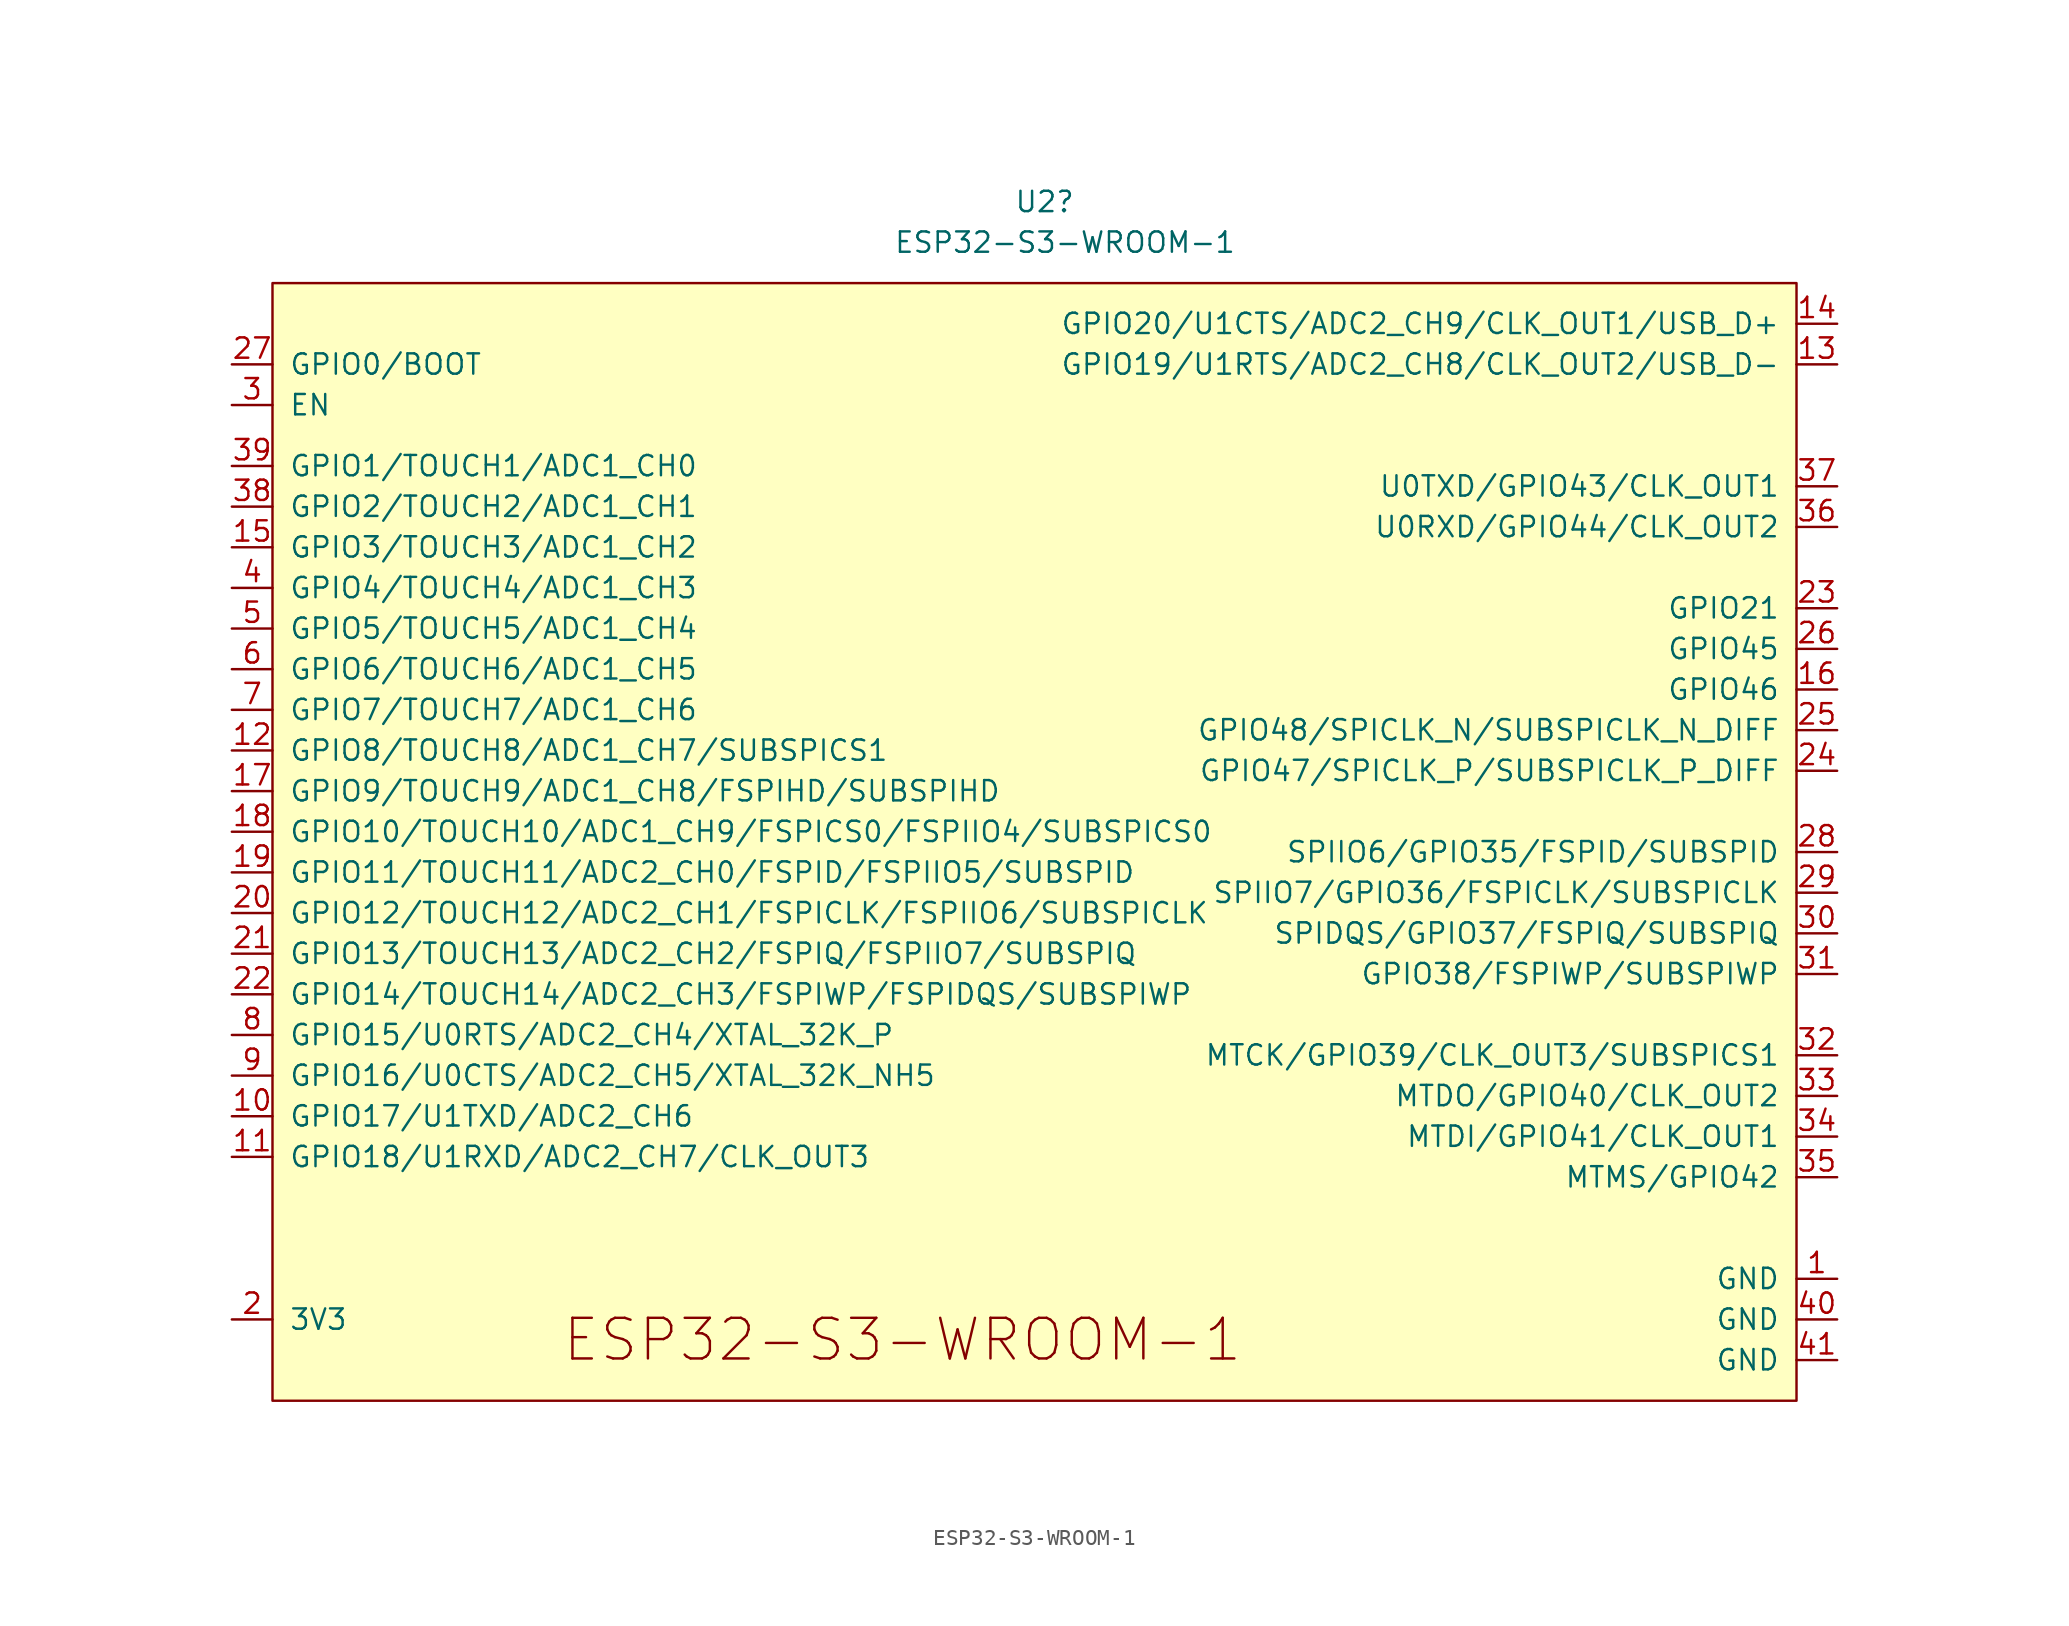
<source format=kicad_sym>
(kicad_symbol_lib
  (version 20220914)
  (generator kicad_symbol_editor)
  (symbol "ESP32-S3-WROOM-1"
    (pin_names
      (offset 1.016))
    (property "Reference" "U2"
      (at 8.89 39.37 0)
      (effects (font (size 1.27 1.27))))
    (property "Value" "ESP32-S3-WROOM-1"
      (at 10.16 36.83 0)
      (effects (font (size 1.27 1.27))))
    (symbol "ESP32-S3-WROOM-1_0_0"
      (rectangle (start -39.37 34.29) (end 55.88 -35.56) (stroke (width 0) (type default)) (fill (type background)))
      (text "ESP32-S3-WROOM-1" (at 0 -31.75 0) (effects (font (size 2.54 2.54))))
      (pin power_in line (at 58.42 -27.94 180) (length 2.54) (name "GND" (effects (font (size 1.27 1.27)))) (number "1" (effects (font (size 1.27 1.27)))))
      (pin bidirectional line (at -41.91 -17.78 0) (length 2.54) (name "GPIO17/U1TXD/ADC2_CH6" (effects (font (size 1.27 1.27)))) (number "10" (effects (font (size 1.27 1.27)))))
      (pin bidirectional line (at -41.91 -20.32 0) (length 2.54) (name "GPIO18/U1RXD/ADC2_CH7/CLK_OUT3" (effects (font (size 1.27 1.27)))) (number "11" (effects (font (size 1.27 1.27)))))
      (pin bidirectional line (at -41.91 5.08 0) (length 2.54) (name "GPIO8/TOUCH8/ADC1_CH7/SUBSPICS1" (effects (font (size 1.27 1.27)))) (number "12" (effects (font (size 1.27 1.27)))))
      (pin bidirectional line (at 58.42 29.21 180) (length 2.54) (name "GPIO19/U1RTS/ADC2_CH8/CLK_OUT2/USB_D-" (effects (font (size 1.27 1.27)))) (number "13" (effects (font (size 1.27 1.27)))))
      (pin bidirectional line (at 58.42 31.75 180) (length 2.54) (name "GPIO20/U1CTS/ADC2_CH9/CLK_OUT1/USB_D+" (effects (font (size 1.27 1.27)))) (number "14" (effects (font (size 1.27 1.27)))))
      (pin bidirectional line (at -41.91 17.78 0) (length 2.54) (name "GPIO3/TOUCH3/ADC1_CH2" (effects (font (size 1.27 1.27)))) (number "15" (effects (font (size 1.27 1.27)))))
      (pin bidirectional line (at 58.42 8.89 180) (length 2.54) (name "GPIO46" (effects (font (size 1.27 1.27)))) (number "16" (effects (font (size 1.27 1.27)))))
      (pin bidirectional line (at -41.91 2.54 0) (length 2.54) (name "GPIO9/TOUCH9/ADC1_CH8/FSPIHD/SUBSPIHD" (effects (font (size 1.27 1.27)))) (number "17" (effects (font (size 1.27 1.27)))))
      (pin bidirectional line (at -41.91 0 0) (length 2.54) (name "GPIO10/TOUCH10/ADC1_CH9/FSPICS0/FSPIIO4/SUBSPICS0" (effects (font (size 1.27 1.27)))) (number "18" (effects (font (size 1.27 1.27)))))
      (pin bidirectional line (at -41.91 -2.54 0) (length 2.54) (name "GPIO11/TOUCH11/ADC2_CH0/FSPID/FSPIIO5/SUBSPID" (effects (font (size 1.27 1.27)))) (number "19" (effects (font (size 1.27 1.27)))))
      (pin power_in line (at -41.91 -30.48 0) (length 2.54) (name "3V3" (effects (font (size 1.27 1.27)))) (number "2" (effects (font (size 1.27 1.27)))))
      (pin bidirectional line (at -41.91 -5.08 0) (length 2.54) (name "GPIO12/TOUCH12/ADC2_CH1/FSPICLK/FSPIIO6/SUBSPICLK" (effects (font (size 1.27 1.27)))) (number "20" (effects (font (size 1.27 1.27)))))
      (pin bidirectional line (at -41.91 -7.62 0) (length 2.54) (name "GPIO13/TOUCH13/ADC2_CH2/FSPIQ/FSPIIO7/SUBSPIQ" (effects (font (size 1.27 1.27)))) (number "21" (effects (font (size 1.27 1.27)))))
      (pin bidirectional line (at -41.91 -10.16 0) (length 2.54) (name "GPIO14/TOUCH14/ADC2_CH3/FSPIWP/FSPIDQS/SUBSPIWP" (effects (font (size 1.27 1.27)))) (number "22" (effects (font (size 1.27 1.27)))))
      (pin bidirectional line (at 58.42 13.97 180) (length 2.54) (name "GPIO21" (effects (font (size 1.27 1.27)))) (number "23" (effects (font (size 1.27 1.27)))))
      (pin bidirectional line (at 58.42 3.81 180) (length 2.54) (name "GPIO47/SPICLK_P/SUBSPICLK_P_DIFF" (effects (font (size 1.27 1.27)))) (number "24" (effects (font (size 1.27 1.27)))))
      (pin bidirectional line (at 58.42 6.35 180) (length 2.54) (name "GPIO48/SPICLK_N/SUBSPICLK_N_DIFF" (effects (font (size 1.27 1.27)))) (number "25" (effects (font (size 1.27 1.27)))))
      (pin bidirectional line (at 58.42 11.43 180) (length 2.54) (name "GPIO45" (effects (font (size 1.27 1.27)))) (number "26" (effects (font (size 1.27 1.27)))))
      (pin bidirectional line (at -41.91 29.21 0) (length 2.54) (name "GPIO0/BOOT" (effects (font (size 1.27 1.27)))) (number "27" (effects (font (size 1.27 1.27)))))
      (pin bidirectional line (at 58.42 -1.27 180) (length 2.54) (name "SPIIO6/GPIO35/FSPID/SUBSPID" (effects (font (size 1.27 1.27)))) (number "28" (effects (font (size 1.27 1.27)))))
      (pin bidirectional line (at 58.42 -3.81 180) (length 2.54) (name "SPIIO7/GPIO36/FSPICLK/SUBSPICLK" (effects (font (size 1.27 1.27)))) (number "29" (effects (font (size 1.27 1.27)))))
      (pin input line (at -41.91 26.67 0) (length 2.54) (name "EN" (effects (font (size 1.27 1.27)))) (number "3" (effects (font (size 1.27 1.27)))))
      (pin bidirectional line (at 58.42 -6.35 180) (length 2.54) (name "SPIDQS/GPIO37/FSPIQ/SUBSPIQ" (effects (font (size 1.27 1.27)))) (number "30" (effects (font (size 1.27 1.27)))))
      (pin bidirectional line (at 58.42 -8.89 180) (length 2.54) (name "GPIO38/FSPIWP/SUBSPIWP" (effects (font (size 1.27 1.27)))) (number "31" (effects (font (size 1.27 1.27)))))
      (pin bidirectional line (at 58.42 -13.97 180) (length 2.54) (name "MTCK/GPIO39/CLK_OUT3/SUBSPICS1" (effects (font (size 1.27 1.27)))) (number "32" (effects (font (size 1.27 1.27)))))
      (pin bidirectional line (at 58.42 -16.51 180) (length 2.54) (name "MTDO/GPIO40/CLK_OUT2" (effects (font (size 1.27 1.27)))) (number "33" (effects (font (size 1.27 1.27)))))
      (pin bidirectional line (at 58.42 -19.05 180) (length 2.54) (name "MTDI/GPIO41/CLK_OUT1" (effects (font (size 1.27 1.27)))) (number "34" (effects (font (size 1.27 1.27)))))
      (pin bidirectional line (at 58.42 -21.59 180) (length 2.54) (name "MTMS/GPIO42" (effects (font (size 1.27 1.27)))) (number "35" (effects (font (size 1.27 1.27)))))
      (pin bidirectional line (at 58.42 19.05 180) (length 2.54) (name "U0RXD/GPIO44/CLK_OUT2" (effects (font (size 1.27 1.27)))) (number "36" (effects (font (size 1.27 1.27)))))
      (pin bidirectional line (at 58.42 21.59 180) (length 2.54) (name "U0TXD/GPIO43/CLK_OUT1" (effects (font (size 1.27 1.27)))) (number "37" (effects (font (size 1.27 1.27)))))
      (pin bidirectional line (at -41.91 20.32 0) (length 2.54) (name "GPIO2/TOUCH2/ADC1_CH1" (effects (font (size 1.27 1.27)))) (number "38" (effects (font (size 1.27 1.27)))))
      (pin bidirectional line (at -41.91 22.86 0) (length 2.54) (name "GPIO1/TOUCH1/ADC1_CH0" (effects (font (size 1.27 1.27)))) (number "39" (effects (font (size 1.27 1.27)))))
      (pin bidirectional line (at -41.91 15.24 0) (length 2.54) (name "GPIO4/TOUCH4/ADC1_CH3" (effects (font (size 1.27 1.27)))) (number "4" (effects (font (size 1.27 1.27)))))
      (pin power_in line (at 58.42 -30.48 180) (length 2.54) (name "GND" (effects (font (size 1.27 1.27)))) (number "40" (effects (font (size 1.27 1.27)))))
      (pin power_in line (at 58.42 -33.02 180) (length 2.54) (name "GND" (effects (font (size 1.27 1.27)))) (number "41" (effects (font (size 1.27 1.27)))))
      (pin bidirectional line (at -41.91 12.7 0) (length 2.54) (name "GPIO5/TOUCH5/ADC1_CH4" (effects (font (size 1.27 1.27)))) (number "5" (effects (font (size 1.27 1.27)))))
      (pin bidirectional line (at -41.91 10.16 0) (length 2.54) (name "GPIO6/TOUCH6/ADC1_CH5" (effects (font (size 1.27 1.27)))) (number "6" (effects (font (size 1.27 1.27)))))
      (pin bidirectional line (at -41.91 7.62 0) (length 2.54) (name "GPIO7/TOUCH7/ADC1_CH6" (effects (font (size 1.27 1.27)))) (number "7" (effects (font (size 1.27 1.27)))))
      (pin bidirectional line (at -41.91 -12.7 0) (length 2.54) (name "GPIO15/U0RTS/ADC2_CH4/XTAL_32K_P" (effects (font (size 1.27 1.27)))) (number "8" (effects (font (size 1.27 1.27)))))
      (pin bidirectional line (at -41.91 -15.24 0) (length 2.54) (name "GPIO16/U0CTS/ADC2_CH5/XTAL_32K_NH5" (effects (font (size 1.27 1.27)))) (number "9" (effects (font (size 1.27 1.27))))))))
</source>
